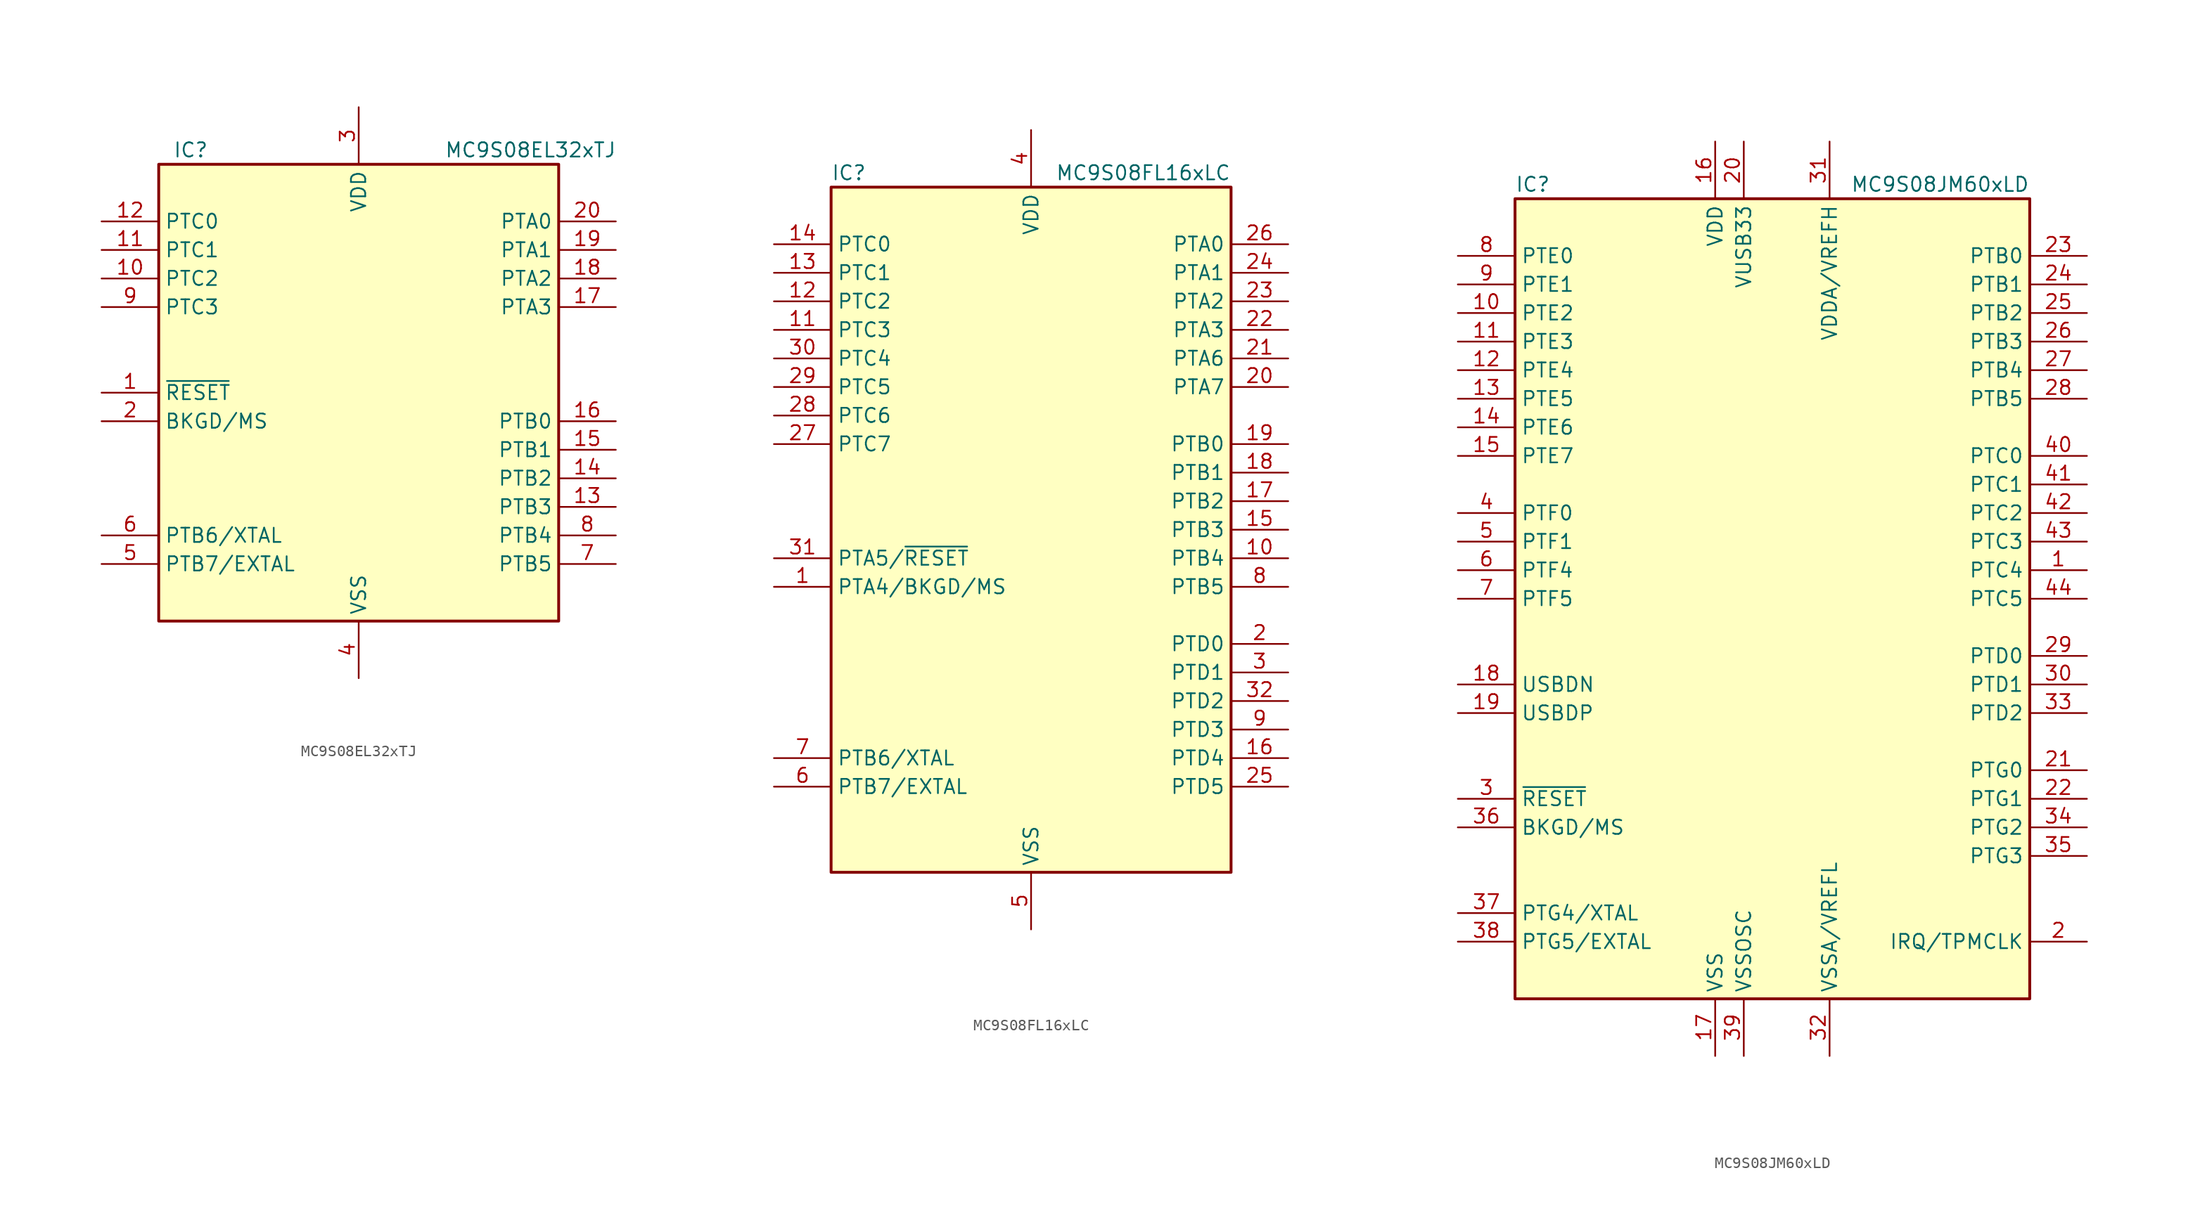
<source format=kicad_sym>
(kicad_symbol_lib
  (version 20211014)
  (generator kicad_symbol_editor)
  (symbol "MC9S08EL32xTJ"
    (property "Reference" "IC"
      (at -16.51 21.59 0)
      (effects (font (size 1.27 1.27)) (justify left)))
    (property "Value" "MC9S08EL32xTJ"
      (at 7.62 21.59 0)
      (effects (font (size 1.27 1.27)) (justify left)))
    (symbol "MC9S08EL32xTJ_0_1"
      (rectangle (start -17.78 20.32) (end 17.78 -20.32) (stroke (width 0.254) (type default) (color 0 0 0 0)) (fill (type background))))
    (symbol "MC9S08EL32xTJ_1_1"
      (pin input line (at -22.86 0 0) (length 5.08) (name "~{RESET}" (effects (font (size 1.27 1.27)))) (number "1" (effects (font (size 1.27 1.27)))))
      (pin bidirectional line (at -22.86 10.16 0) (length 5.08) (name "PTC2" (effects (font (size 1.27 1.27)))) (number "10" (effects (font (size 1.27 1.27)))))
      (pin bidirectional line (at -22.86 12.7 0) (length 5.08) (name "PTC1" (effects (font (size 1.27 1.27)))) (number "11" (effects (font (size 1.27 1.27)))))
      (pin bidirectional line (at -22.86 15.24 0) (length 5.08) (name "PTC0" (effects (font (size 1.27 1.27)))) (number "12" (effects (font (size 1.27 1.27)))))
      (pin bidirectional line (at 22.86 -10.16 180) (length 5.08) (name "PTB3" (effects (font (size 1.27 1.27)))) (number "13" (effects (font (size 1.27 1.27)))))
      (pin bidirectional line (at 22.86 -7.62 180) (length 5.08) (name "PTB2" (effects (font (size 1.27 1.27)))) (number "14" (effects (font (size 1.27 1.27)))))
      (pin bidirectional line (at 22.86 -5.08 180) (length 5.08) (name "PTB1" (effects (font (size 1.27 1.27)))) (number "15" (effects (font (size 1.27 1.27)))))
      (pin bidirectional line (at 22.86 -2.54 180) (length 5.08) (name "PTB0" (effects (font (size 1.27 1.27)))) (number "16" (effects (font (size 1.27 1.27)))))
      (pin bidirectional line (at 22.86 7.62 180) (length 5.08) (name "PTA3" (effects (font (size 1.27 1.27)))) (number "17" (effects (font (size 1.27 1.27)))))
      (pin bidirectional line (at 22.86 10.16 180) (length 5.08) (name "PTA2" (effects (font (size 1.27 1.27)))) (number "18" (effects (font (size 1.27 1.27)))))
      (pin bidirectional line (at 22.86 12.7 180) (length 5.08) (name "PTA1" (effects (font (size 1.27 1.27)))) (number "19" (effects (font (size 1.27 1.27)))))
      (pin bidirectional line (at -22.86 -2.54 0) (length 5.08) (name "BKGD/MS" (effects (font (size 1.27 1.27)))) (number "2" (effects (font (size 1.27 1.27)))))
      (pin bidirectional line (at 22.86 15.24 180) (length 5.08) (name "PTA0" (effects (font (size 1.27 1.27)))) (number "20" (effects (font (size 1.27 1.27)))))
      (pin power_in line (at 0 25.4 270) (length 5.08) (name "VDD" (effects (font (size 1.27 1.27)))) (number "3" (effects (font (size 1.27 1.27)))))
      (pin power_in line (at 0 -25.4 90) (length 5.08) (name "VSS" (effects (font (size 1.27 1.27)))) (number "4" (effects (font (size 1.27 1.27)))))
      (pin bidirectional line (at -22.86 -15.24 0) (length 5.08) (name "PTB7/EXTAL" (effects (font (size 1.27 1.27)))) (number "5" (effects (font (size 1.27 1.27)))))
      (pin bidirectional line (at -22.86 -12.7 0) (length 5.08) (name "PTB6/XTAL" (effects (font (size 1.27 1.27)))) (number "6" (effects (font (size 1.27 1.27)))))
      (pin bidirectional line (at 22.86 -15.24 180) (length 5.08) (name "PTB5" (effects (font (size 1.27 1.27)))) (number "7" (effects (font (size 1.27 1.27)))))
      (pin bidirectional line (at 22.86 -12.7 180) (length 5.08) (name "PTB4" (effects (font (size 1.27 1.27)))) (number "8" (effects (font (size 1.27 1.27)))))
      (pin bidirectional line (at -22.86 7.62 0) (length 5.08) (name "PTC3" (effects (font (size 1.27 1.27)))) (number "9" (effects (font (size 1.27 1.27)))))))
  (symbol "MC9S08FL16xLC"
    (property "Reference" "IC"
      (at -17.78 31.75 0)
      (effects (font (size 1.27 1.27)) (justify left)))
    (property "Value" "MC9S08FL16xLC"
      (at 17.78 31.75 0)
      (effects (font (size 1.27 1.27)) (justify right)))
    (symbol "MC9S08FL16xLC_0_1"
      (rectangle (start -17.78 30.48) (end 17.78 -30.48) (stroke (width 0.254) (type default) (color 0 0 0 0)) (fill (type background))))
    (symbol "MC9S08FL16xLC_1_1"
      (pin bidirectional line (at -22.86 -5.08 0) (length 5.08) (name "PTA4/BKGD/MS" (effects (font (size 1.27 1.27)))) (number "1" (effects (font (size 1.27 1.27)))))
      (pin bidirectional line (at 22.86 -2.54 180) (length 5.08) (name "PTB4" (effects (font (size 1.27 1.27)))) (number "10" (effects (font (size 1.27 1.27)))))
      (pin bidirectional line (at -22.86 17.78 0) (length 5.08) (name "PTC3" (effects (font (size 1.27 1.27)))) (number "11" (effects (font (size 1.27 1.27)))))
      (pin bidirectional line (at -22.86 20.32 0) (length 5.08) (name "PTC2" (effects (font (size 1.27 1.27)))) (number "12" (effects (font (size 1.27 1.27)))))
      (pin bidirectional line (at -22.86 22.86 0) (length 5.08) (name "PTC1" (effects (font (size 1.27 1.27)))) (number "13" (effects (font (size 1.27 1.27)))))
      (pin bidirectional line (at -22.86 25.4 0) (length 5.08) (name "PTC0" (effects (font (size 1.27 1.27)))) (number "14" (effects (font (size 1.27 1.27)))))
      (pin bidirectional line (at 22.86 0 180) (length 5.08) (name "PTB3" (effects (font (size 1.27 1.27)))) (number "15" (effects (font (size 1.27 1.27)))))
      (pin bidirectional line (at 22.86 -20.32 180) (length 5.08) (name "PTD4" (effects (font (size 1.27 1.27)))) (number "16" (effects (font (size 1.27 1.27)))))
      (pin bidirectional line (at 22.86 2.54 180) (length 5.08) (name "PTB2" (effects (font (size 1.27 1.27)))) (number "17" (effects (font (size 1.27 1.27)))))
      (pin bidirectional line (at 22.86 5.08 180) (length 5.08) (name "PTB1" (effects (font (size 1.27 1.27)))) (number "18" (effects (font (size 1.27 1.27)))))
      (pin bidirectional line (at 22.86 7.62 180) (length 5.08) (name "PTB0" (effects (font (size 1.27 1.27)))) (number "19" (effects (font (size 1.27 1.27)))))
      (pin bidirectional line (at 22.86 -10.16 180) (length 5.08) (name "PTD0" (effects (font (size 1.27 1.27)))) (number "2" (effects (font (size 1.27 1.27)))))
      (pin bidirectional line (at 22.86 12.7 180) (length 5.08) (name "PTA7" (effects (font (size 1.27 1.27)))) (number "20" (effects (font (size 1.27 1.27)))))
      (pin bidirectional line (at 22.86 15.24 180) (length 5.08) (name "PTA6" (effects (font (size 1.27 1.27)))) (number "21" (effects (font (size 1.27 1.27)))))
      (pin bidirectional line (at 22.86 17.78 180) (length 5.08) (name "PTA3" (effects (font (size 1.27 1.27)))) (number "22" (effects (font (size 1.27 1.27)))))
      (pin bidirectional line (at 22.86 20.32 180) (length 5.08) (name "PTA2" (effects (font (size 1.27 1.27)))) (number "23" (effects (font (size 1.27 1.27)))))
      (pin bidirectional line (at 22.86 22.86 180) (length 5.08) (name "PTA1" (effects (font (size 1.27 1.27)))) (number "24" (effects (font (size 1.27 1.27)))))
      (pin bidirectional line (at 22.86 -22.86 180) (length 5.08) (name "PTD5" (effects (font (size 1.27 1.27)))) (number "25" (effects (font (size 1.27 1.27)))))
      (pin bidirectional line (at 22.86 25.4 180) (length 5.08) (name "PTA0" (effects (font (size 1.27 1.27)))) (number "26" (effects (font (size 1.27 1.27)))))
      (pin bidirectional line (at -22.86 7.62 0) (length 5.08) (name "PTC7" (effects (font (size 1.27 1.27)))) (number "27" (effects (font (size 1.27 1.27)))))
      (pin bidirectional line (at -22.86 10.16 0) (length 5.08) (name "PTC6" (effects (font (size 1.27 1.27)))) (number "28" (effects (font (size 1.27 1.27)))))
      (pin bidirectional line (at -22.86 12.7 0) (length 5.08) (name "PTC5" (effects (font (size 1.27 1.27)))) (number "29" (effects (font (size 1.27 1.27)))))
      (pin bidirectional line (at 22.86 -12.7 180) (length 5.08) (name "PTD1" (effects (font (size 1.27 1.27)))) (number "3" (effects (font (size 1.27 1.27)))))
      (pin bidirectional line (at -22.86 15.24 0) (length 5.08) (name "PTC4" (effects (font (size 1.27 1.27)))) (number "30" (effects (font (size 1.27 1.27)))))
      (pin bidirectional line (at -22.86 -2.54 0) (length 5.08) (name "PTA5/~{RESET}" (effects (font (size 1.27 1.27)))) (number "31" (effects (font (size 1.27 1.27)))))
      (pin bidirectional line (at 22.86 -15.24 180) (length 5.08) (name "PTD2" (effects (font (size 1.27 1.27)))) (number "32" (effects (font (size 1.27 1.27)))))
      (pin power_in line (at 0 35.56 270) (length 5.08) (name "VDD" (effects (font (size 1.27 1.27)))) (number "4" (effects (font (size 1.27 1.27)))))
      (pin power_in line (at 0 -35.56 90) (length 5.08) (name "VSS" (effects (font (size 1.27 1.27)))) (number "5" (effects (font (size 1.27 1.27)))))
      (pin bidirectional line (at -22.86 -22.86 0) (length 5.08) (name "PTB7/EXTAL" (effects (font (size 1.27 1.27)))) (number "6" (effects (font (size 1.27 1.27)))))
      (pin bidirectional line (at -22.86 -20.32 0) (length 5.08) (name "PTB6/XTAL" (effects (font (size 1.27 1.27)))) (number "7" (effects (font (size 1.27 1.27)))))
      (pin bidirectional line (at 22.86 -5.08 180) (length 5.08) (name "PTB5" (effects (font (size 1.27 1.27)))) (number "8" (effects (font (size 1.27 1.27)))))
      (pin bidirectional line (at 22.86 -17.78 180) (length 5.08) (name "PTD3" (effects (font (size 1.27 1.27)))) (number "9" (effects (font (size 1.27 1.27)))))))
  (symbol "MC9S08JM60xLD"
    (property "Reference" "IC"
      (at -22.86 36.83 0)
      (effects (font (size 1.27 1.27)) (justify left)))
    (property "Value" "MC9S08JM60xLD"
      (at 22.86 36.83 0)
      (effects (font (size 1.27 1.27)) (justify right)))
    (symbol "MC9S08JM60xLD_0_1"
      (rectangle (start -22.86 35.56) (end 22.86 -35.56) (stroke (width 0.254) (type default) (color 0 0 0 0)) (fill (type background))))
    (symbol "MC9S08JM60xLD_1_1"
      (pin bidirectional line (at 27.94 2.54 180) (length 5.08) (name "PTC4" (effects (font (size 1.27 1.27)))) (number "1" (effects (font (size 1.27 1.27)))))
      (pin bidirectional line (at -27.94 25.4 0) (length 5.08) (name "PTE2" (effects (font (size 1.27 1.27)))) (number "10" (effects (font (size 1.27 1.27)))))
      (pin bidirectional line (at -27.94 22.86 0) (length 5.08) (name "PTE3" (effects (font (size 1.27 1.27)))) (number "11" (effects (font (size 1.27 1.27)))))
      (pin bidirectional line (at -27.94 20.32 0) (length 5.08) (name "PTE4" (effects (font (size 1.27 1.27)))) (number "12" (effects (font (size 1.27 1.27)))))
      (pin bidirectional line (at -27.94 17.78 0) (length 5.08) (name "PTE5" (effects (font (size 1.27 1.27)))) (number "13" (effects (font (size 1.27 1.27)))))
      (pin bidirectional line (at -27.94 15.24 0) (length 5.08) (name "PTE6" (effects (font (size 1.27 1.27)))) (number "14" (effects (font (size 1.27 1.27)))))
      (pin bidirectional line (at -27.94 12.7 0) (length 5.08) (name "PTE7" (effects (font (size 1.27 1.27)))) (number "15" (effects (font (size 1.27 1.27)))))
      (pin power_in line (at -5.08 40.64 270) (length 5.08) (name "VDD" (effects (font (size 1.27 1.27)))) (number "16" (effects (font (size 1.27 1.27)))))
      (pin power_in line (at -5.08 -40.64 90) (length 5.08) (name "VSS" (effects (font (size 1.27 1.27)))) (number "17" (effects (font (size 1.27 1.27)))))
      (pin bidirectional line (at -27.94 -7.62 0) (length 5.08) (name "USBDN" (effects (font (size 1.27 1.27)))) (number "18" (effects (font (size 1.27 1.27)))))
      (pin bidirectional line (at -27.94 -10.16 0) (length 5.08) (name "USBDP" (effects (font (size 1.27 1.27)))) (number "19" (effects (font (size 1.27 1.27)))))
      (pin bidirectional line (at 27.94 -30.48 180) (length 5.08) (name "IRQ/TPMCLK" (effects (font (size 1.27 1.27)))) (number "2" (effects (font (size 1.27 1.27)))))
      (pin power_out line (at -2.54 40.64 270) (length 5.08) (name "VUSB33" (effects (font (size 1.27 1.27)))) (number "20" (effects (font (size 1.27 1.27)))))
      (pin bidirectional line (at 27.94 -15.24 180) (length 5.08) (name "PTG0" (effects (font (size 1.27 1.27)))) (number "21" (effects (font (size 1.27 1.27)))))
      (pin bidirectional line (at 27.94 -17.78 180) (length 5.08) (name "PTG1" (effects (font (size 1.27 1.27)))) (number "22" (effects (font (size 1.27 1.27)))))
      (pin bidirectional line (at 27.94 30.48 180) (length 5.08) (name "PTB0" (effects (font (size 1.27 1.27)))) (number "23" (effects (font (size 1.27 1.27)))))
      (pin bidirectional line (at 27.94 27.94 180) (length 5.08) (name "PTB1" (effects (font (size 1.27 1.27)))) (number "24" (effects (font (size 1.27 1.27)))))
      (pin bidirectional line (at 27.94 25.4 180) (length 5.08) (name "PTB2" (effects (font (size 1.27 1.27)))) (number "25" (effects (font (size 1.27 1.27)))))
      (pin bidirectional line (at 27.94 22.86 180) (length 5.08) (name "PTB3" (effects (font (size 1.27 1.27)))) (number "26" (effects (font (size 1.27 1.27)))))
      (pin bidirectional line (at 27.94 20.32 180) (length 5.08) (name "PTB4" (effects (font (size 1.27 1.27)))) (number "27" (effects (font (size 1.27 1.27)))))
      (pin bidirectional line (at 27.94 17.78 180) (length 5.08) (name "PTB5" (effects (font (size 1.27 1.27)))) (number "28" (effects (font (size 1.27 1.27)))))
      (pin bidirectional line (at 27.94 -5.08 180) (length 5.08) (name "PTD0" (effects (font (size 1.27 1.27)))) (number "29" (effects (font (size 1.27 1.27)))))
      (pin input line (at -27.94 -17.78 0) (length 5.08) (name "~{RESET}" (effects (font (size 1.27 1.27)))) (number "3" (effects (font (size 1.27 1.27)))))
      (pin bidirectional line (at 27.94 -7.62 180) (length 5.08) (name "PTD1" (effects (font (size 1.27 1.27)))) (number "30" (effects (font (size 1.27 1.27)))))
      (pin power_in line (at 5.08 40.64 270) (length 5.08) (name "VDDA/VREFH" (effects (font (size 1.27 1.27)))) (number "31" (effects (font (size 1.27 1.27)))))
      (pin power_in line (at 5.08 -40.64 90) (length 5.08) (name "VSSA/VREFL" (effects (font (size 1.27 1.27)))) (number "32" (effects (font (size 1.27 1.27)))))
      (pin bidirectional line (at 27.94 -10.16 180) (length 5.08) (name "PTD2" (effects (font (size 1.27 1.27)))) (number "33" (effects (font (size 1.27 1.27)))))
      (pin bidirectional line (at 27.94 -20.32 180) (length 5.08) (name "PTG2" (effects (font (size 1.27 1.27)))) (number "34" (effects (font (size 1.27 1.27)))))
      (pin bidirectional line (at 27.94 -22.86 180) (length 5.08) (name "PTG3" (effects (font (size 1.27 1.27)))) (number "35" (effects (font (size 1.27 1.27)))))
      (pin bidirectional line (at -27.94 -20.32 0) (length 5.08) (name "BKGD/MS" (effects (font (size 1.27 1.27)))) (number "36" (effects (font (size 1.27 1.27)))))
      (pin bidirectional line (at -27.94 -27.94 0) (length 5.08) (name "PTG4/XTAL" (effects (font (size 1.27 1.27)))) (number "37" (effects (font (size 1.27 1.27)))))
      (pin bidirectional line (at -27.94 -30.48 0) (length 5.08) (name "PTG5/EXTAL" (effects (font (size 1.27 1.27)))) (number "38" (effects (font (size 1.27 1.27)))))
      (pin power_in line (at -2.54 -40.64 90) (length 5.08) (name "VSSOSC" (effects (font (size 1.27 1.27)))) (number "39" (effects (font (size 1.27 1.27)))))
      (pin bidirectional line (at -27.94 7.62 0) (length 5.08) (name "PTF0" (effects (font (size 1.27 1.27)))) (number "4" (effects (font (size 1.27 1.27)))))
      (pin bidirectional line (at 27.94 12.7 180) (length 5.08) (name "PTC0" (effects (font (size 1.27 1.27)))) (number "40" (effects (font (size 1.27 1.27)))))
      (pin bidirectional line (at 27.94 10.16 180) (length 5.08) (name "PTC1" (effects (font (size 1.27 1.27)))) (number "41" (effects (font (size 1.27 1.27)))))
      (pin bidirectional line (at 27.94 7.62 180) (length 5.08) (name "PTC2" (effects (font (size 1.27 1.27)))) (number "42" (effects (font (size 1.27 1.27)))))
      (pin bidirectional line (at 27.94 5.08 180) (length 5.08) (name "PTC3" (effects (font (size 1.27 1.27)))) (number "43" (effects (font (size 1.27 1.27)))))
      (pin bidirectional line (at 27.94 0 180) (length 5.08) (name "PTC5" (effects (font (size 1.27 1.27)))) (number "44" (effects (font (size 1.27 1.27)))))
      (pin bidirectional line (at -27.94 5.08 0) (length 5.08) (name "PTF1" (effects (font (size 1.27 1.27)))) (number "5" (effects (font (size 1.27 1.27)))))
      (pin bidirectional line (at -27.94 2.54 0) (length 5.08) (name "PTF4" (effects (font (size 1.27 1.27)))) (number "6" (effects (font (size 1.27 1.27)))))
      (pin bidirectional line (at -27.94 0 0) (length 5.08) (name "PTF5" (effects (font (size 1.27 1.27)))) (number "7" (effects (font (size 1.27 1.27)))))
      (pin bidirectional line (at -27.94 30.48 0) (length 5.08) (name "PTE0" (effects (font (size 1.27 1.27)))) (number "8" (effects (font (size 1.27 1.27)))))
      (pin bidirectional line (at -27.94 27.94 0) (length 5.08) (name "PTE1" (effects (font (size 1.27 1.27)))) (number "9" (effects (font (size 1.27 1.27))))))))
</source>
